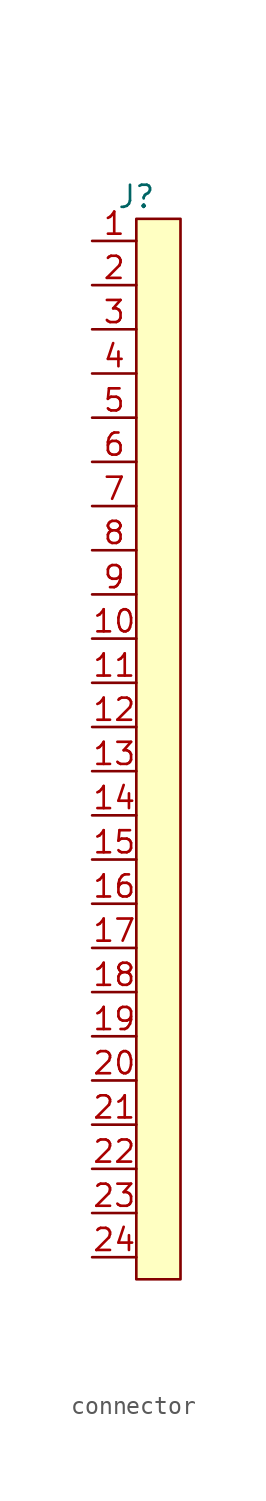
<source format=kicad_sym>
(kicad_symbol_lib
  (version 20220914)
  (generator kicad_symbol_editor)
  (symbol "connector"
    (property "Reference" "J"
      (at 0 0 0)
      (effects (font (size 1.27 1.27))))
    (property "Value" ""
      (at 0 0 0)
      (effects (font (size 1.27 1.27))))
    (symbol "connector_1_1"
      (rectangle (start 0 -1.27) (end 2.54 -62.23) (stroke (width 0) (type default)) (fill (type background)))
      (pin unspecified line (at -2.54 -2.54 0) (length 2.54) (name "" (effects (font (size 1.27 1.27)))) (number "1" (effects (font (size 1.27 1.27)))))
      (pin unspecified line (at -2.54 -25.4 0) (length 2.54) (name "" (effects (font (size 1.27 1.27)))) (number "10" (effects (font (size 1.27 1.27)))))
      (pin unspecified line (at -2.54 -27.94 0) (length 2.54) (name "" (effects (font (size 1.27 1.27)))) (number "11" (effects (font (size 1.27 1.27)))))
      (pin unspecified line (at -2.54 -30.48 0) (length 2.54) (name "" (effects (font (size 1.27 1.27)))) (number "12" (effects (font (size 1.27 1.27)))))
      (pin unspecified line (at -2.54 -33.02 0) (length 2.54) (name "" (effects (font (size 1.27 1.27)))) (number "13" (effects (font (size 1.27 1.27)))))
      (pin unspecified line (at -2.54 -35.56 0) (length 2.54) (name "" (effects (font (size 1.27 1.27)))) (number "14" (effects (font (size 1.27 1.27)))))
      (pin unspecified line (at -2.54 -38.1 0) (length 2.54) (name "" (effects (font (size 1.27 1.27)))) (number "15" (effects (font (size 1.27 1.27)))))
      (pin unspecified line (at -2.54 -40.64 0) (length 2.54) (name "" (effects (font (size 1.27 1.27)))) (number "16" (effects (font (size 1.27 1.27)))))
      (pin unspecified line (at -2.54 -43.18 0) (length 2.54) (name "" (effects (font (size 1.27 1.27)))) (number "17" (effects (font (size 1.27 1.27)))))
      (pin unspecified line (at -2.54 -45.72 0) (length 2.54) (name "" (effects (font (size 1.27 1.27)))) (number "18" (effects (font (size 1.27 1.27)))))
      (pin unspecified line (at -2.54 -48.26 0) (length 2.54) (name "" (effects (font (size 1.27 1.27)))) (number "19" (effects (font (size 1.27 1.27)))))
      (pin unspecified line (at -2.54 -5.08 0) (length 2.54) (name "" (effects (font (size 1.27 1.27)))) (number "2" (effects (font (size 1.27 1.27)))))
      (pin unspecified line (at -2.54 -50.8 0) (length 2.54) (name "" (effects (font (size 1.27 1.27)))) (number "20" (effects (font (size 1.27 1.27)))))
      (pin unspecified line (at -2.54 -53.34 0) (length 2.54) (name "" (effects (font (size 1.27 1.27)))) (number "21" (effects (font (size 1.27 1.27)))))
      (pin unspecified line (at -2.54 -55.88 0) (length 2.54) (name "" (effects (font (size 1.27 1.27)))) (number "22" (effects (font (size 1.27 1.27)))))
      (pin unspecified line (at -2.54 -58.42 0) (length 2.54) (name "" (effects (font (size 1.27 1.27)))) (number "23" (effects (font (size 1.27 1.27)))))
      (pin unspecified line (at -2.54 -60.96 0) (length 2.54) (name "" (effects (font (size 1.27 1.27)))) (number "24" (effects (font (size 1.27 1.27)))))
      (pin unspecified line (at -2.54 -7.62 0) (length 2.54) (name "" (effects (font (size 1.27 1.27)))) (number "3" (effects (font (size 1.27 1.27)))))
      (pin unspecified line (at -2.54 -10.16 0) (length 2.54) (name "" (effects (font (size 1.27 1.27)))) (number "4" (effects (font (size 1.27 1.27)))))
      (pin unspecified line (at -2.54 -12.7 0) (length 2.54) (name "" (effects (font (size 1.27 1.27)))) (number "5" (effects (font (size 1.27 1.27)))))
      (pin unspecified line (at -2.54 -15.24 0) (length 2.54) (name "" (effects (font (size 1.27 1.27)))) (number "6" (effects (font (size 1.27 1.27)))))
      (pin unspecified line (at -2.54 -17.78 0) (length 2.54) (name "" (effects (font (size 1.27 1.27)))) (number "7" (effects (font (size 1.27 1.27)))))
      (pin unspecified line (at -2.54 -20.32 0) (length 2.54) (name "" (effects (font (size 1.27 1.27)))) (number "8" (effects (font (size 1.27 1.27)))))
      (pin unspecified line (at -2.54 -22.86 0) (length 2.54) (name "" (effects (font (size 1.27 1.27)))) (number "9" (effects (font (size 1.27 1.27))))))))
</source>
